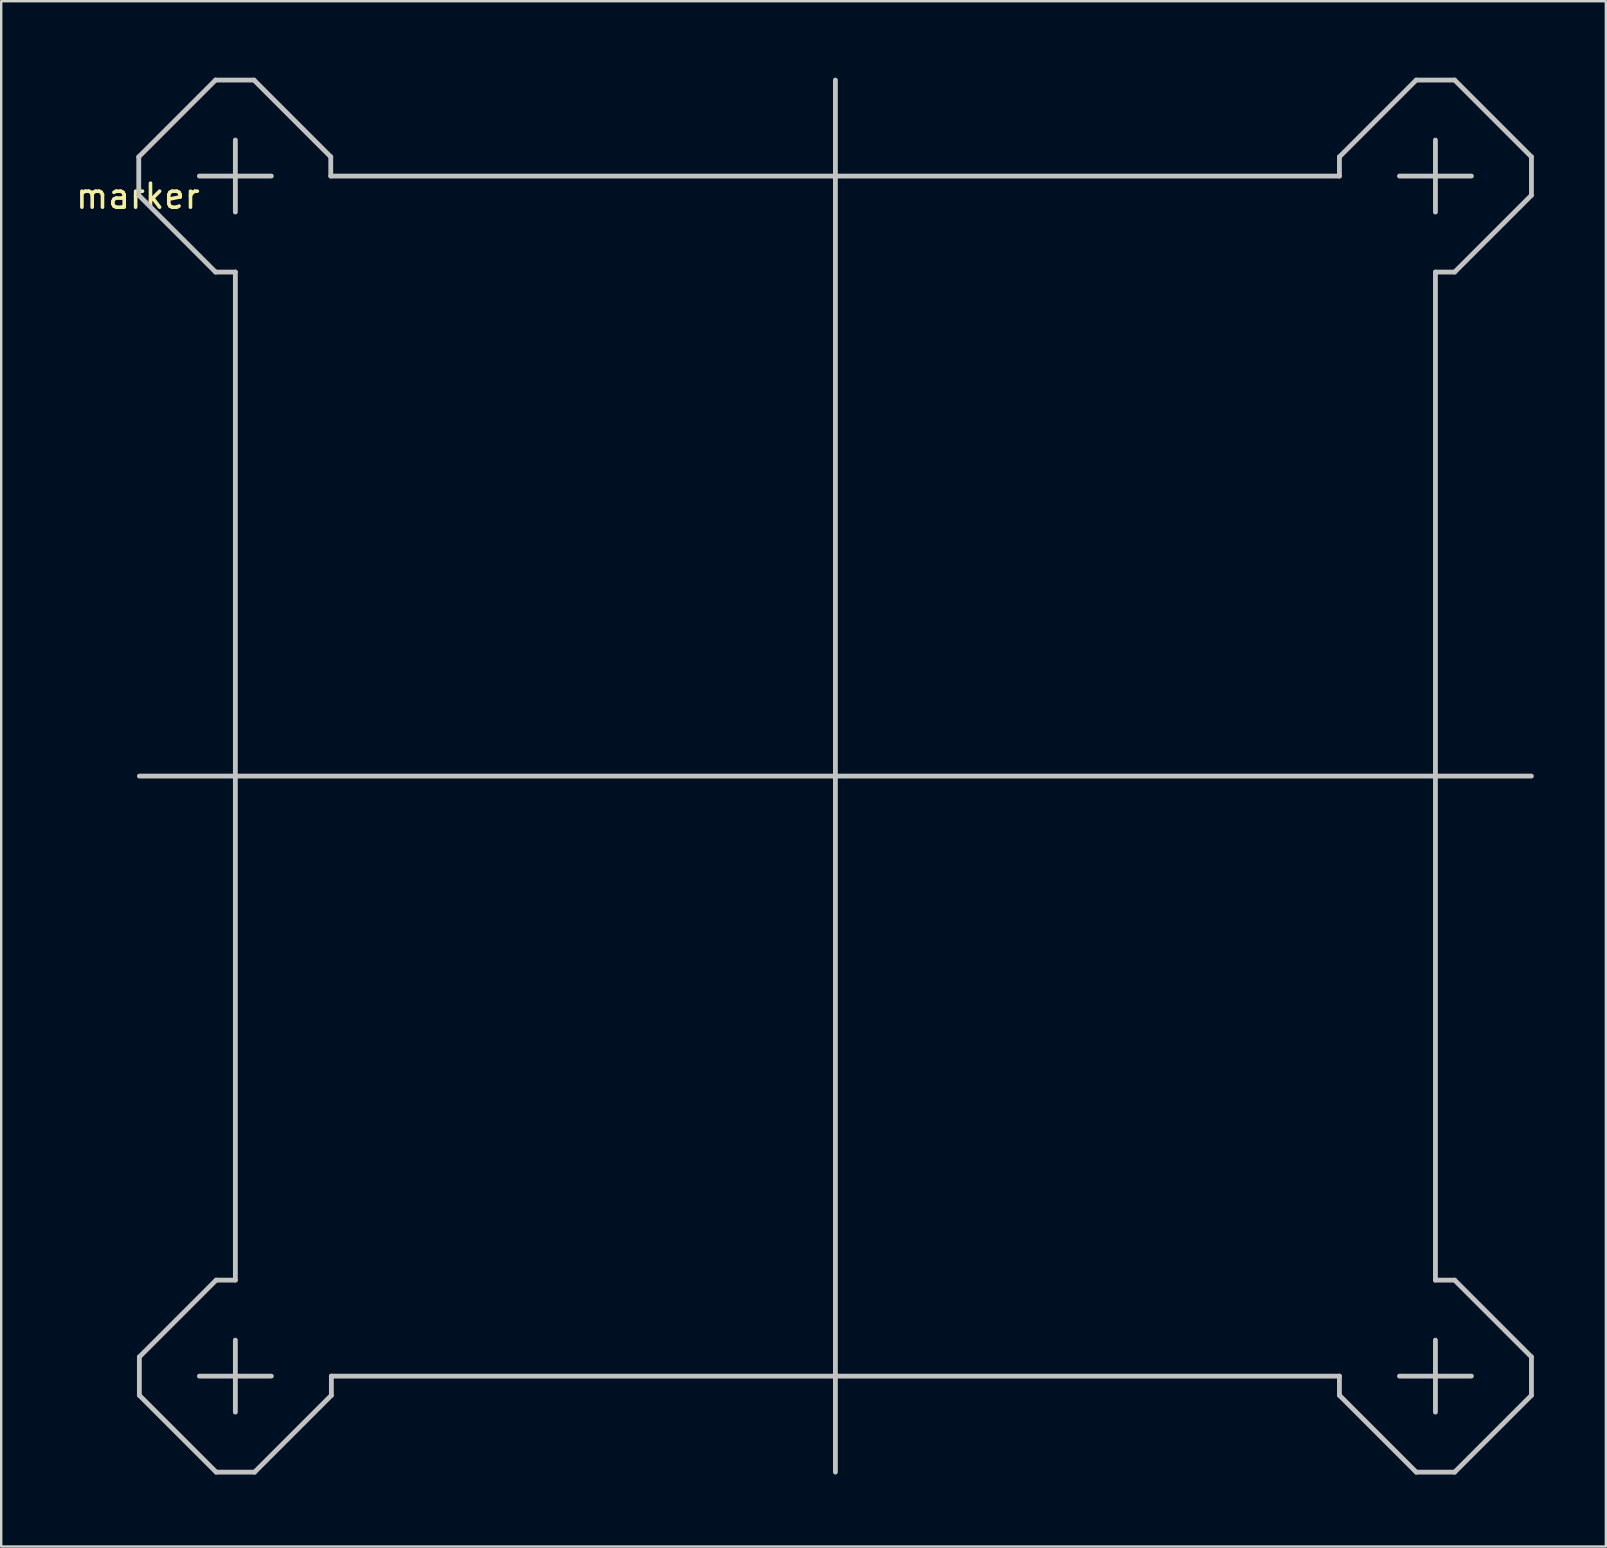
<source format=kicad_pcb>
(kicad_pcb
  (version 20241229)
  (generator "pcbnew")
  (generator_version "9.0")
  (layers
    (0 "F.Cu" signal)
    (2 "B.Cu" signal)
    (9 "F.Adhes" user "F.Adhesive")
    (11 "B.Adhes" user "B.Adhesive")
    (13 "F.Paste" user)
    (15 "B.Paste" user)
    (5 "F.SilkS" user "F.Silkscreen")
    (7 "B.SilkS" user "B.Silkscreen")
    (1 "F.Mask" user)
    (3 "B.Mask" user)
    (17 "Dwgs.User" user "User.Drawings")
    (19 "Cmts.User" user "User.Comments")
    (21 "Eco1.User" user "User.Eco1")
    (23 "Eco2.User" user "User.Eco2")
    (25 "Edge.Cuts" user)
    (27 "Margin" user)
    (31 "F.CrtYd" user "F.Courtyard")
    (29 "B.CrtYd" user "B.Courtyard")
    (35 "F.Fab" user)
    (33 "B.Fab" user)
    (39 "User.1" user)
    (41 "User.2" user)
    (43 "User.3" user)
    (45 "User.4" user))
  (footprint "marker"
    (layer "F.Cu")
    (at 2.696 0.25)
    (property "Reference" "marker" (at 0 4.877 0) (layer "F.SilkS") (effects (font (size 1 1) (thickness 0.15))))
    (attr through_hole)
    (fp_line (start 0.035 3.235) (end 0.035 4.835) (stroke (width 0.2) (type solid)) (layer "Dwgs.User"))
    (fp_line (start 0.035 4.835) (end 3.235 8.035) (stroke (width 0.2) (type solid)) (layer "Dwgs.User"))
    (fp_line (start 0.06 29.035) (end 58.06 29.035) (stroke (width 0.2) (type solid)) (layer "Dwgs.User"))
    (fp_line (start 0.06 53.235) (end 0.06 54.835) (stroke (width 0.2) (type solid)) (layer "Dwgs.User"))
    (fp_line (start 0.06 54.835) (end 3.26 58.035) (stroke (width 0.2) (type solid)) (layer "Dwgs.User"))
    (fp_line (start 2.56 4.035) (end 5.56 4.035) (stroke (width 0.2) (type solid)) (layer "Dwgs.User"))
    (fp_line (start 2.56 54.035) (end 5.56 54.035) (stroke (width 0.2) (type solid)) (layer "Dwgs.User"))
    (fp_line (start 3.235 0.035) (end 0.035 3.235) (stroke (width 0.2) (type solid)) (layer "Dwgs.User"))
    (fp_line (start 3.235 8.035) (end 4.06 8.035) (stroke (width 0.2) (type solid)) (layer "Dwgs.User"))
    (fp_line (start 3.26 50.035) (end 0.06 53.235) (stroke (width 0.2) (type solid)) (layer "Dwgs.User"))
    (fp_line (start 3.26 58.035) (end 4.86 58.035) (stroke (width 0.2) (type solid)) (layer "Dwgs.User"))
    (fp_line (start 4.06 2.535) (end 4.06 5.535) (stroke (width 0.2) (type solid)) (layer "Dwgs.User"))
    (fp_line (start 4.06 52.535) (end 4.06 55.535) (stroke (width 0.2) (type solid)) (layer "Dwgs.User"))
    (fp_line (start 4.06 8.035) (end 4.06 50.035) (stroke (width 0.2) (type solid)) (layer "Dwgs.User"))
    (fp_line (start 4.06 50.035) (end 3.26 50.035) (stroke (width 0.2) (type solid)) (layer "Dwgs.User"))
    (fp_line (start 4.835 0.035) (end 3.235 0.035) (stroke (width 0.2) (type solid)) (layer "Dwgs.User"))
    (fp_line (start 4.86 58.035) (end 8.06 54.835) (stroke (width 0.2) (type solid)) (layer "Dwgs.User"))
    (fp_line (start 8.035 3.235) (end 4.835 0.035) (stroke (width 0.2) (type solid)) (layer "Dwgs.User"))
    (fp_line (start 8.035 4.035) (end 8.035 3.235) (stroke (width 0.2) (type solid)) (layer "Dwgs.User"))
    (fp_line (start 8.06 54.035) (end 50.06 54.035) (stroke (width 0.2) (type solid)) (layer "Dwgs.User"))
    (fp_line (start 8.06 54.835) (end 8.06 54.035) (stroke (width 0.2) (type solid)) (layer "Dwgs.User"))
    (fp_line (start 29.06 0.035) (end 29.06 58.035) (stroke (width 0.2) (type solid)) (layer "Dwgs.User"))
    (fp_line (start 50.06 3.235) (end 50.06 4.035) (stroke (width 0.2) (type solid)) (layer "Dwgs.User"))
    (fp_line (start 50.06 4.035) (end 8.035 4.035) (stroke (width 0.2) (type solid)) (layer "Dwgs.User"))
    (fp_line (start 50.06 54.035) (end 50.06 54.835) (stroke (width 0.2) (type solid)) (layer "Dwgs.User"))
    (fp_line (start 50.06 54.835) (end 53.26 58.035) (stroke (width 0.2) (type solid)) (layer "Dwgs.User"))
    (fp_line (start 52.56 4.035) (end 55.56 4.035) (stroke (width 0.2) (type solid)) (layer "Dwgs.User"))
    (fp_line (start 52.56 54.035) (end 55.56 54.035) (stroke (width 0.2) (type solid)) (layer "Dwgs.User"))
    (fp_line (start 53.26 0.035) (end 50.06 3.235) (stroke (width 0.2) (type solid)) (layer "Dwgs.User"))
    (fp_line (start 53.26 58.035) (end 54.86 58.035) (stroke (width 0.2) (type solid)) (layer "Dwgs.User"))
    (fp_line (start 54.06 2.535) (end 54.06 5.535) (stroke (width 0.2) (type solid)) (layer "Dwgs.User"))
    (fp_line (start 54.06 52.535) (end 54.06 55.535) (stroke (width 0.2) (type solid)) (layer "Dwgs.User"))
    (fp_line (start 54.06 8.035) (end 54.86 8.035) (stroke (width 0.2) (type solid)) (layer "Dwgs.User"))
    (fp_line (start 54.06 50.035) (end 54.06 8.035) (stroke (width 0.2) (type solid)) (layer "Dwgs.User"))
    (fp_line (start 54.86 0.035) (end 53.26 0.035) (stroke (width 0.2) (type solid)) (layer "Dwgs.User"))
    (fp_line (start 54.86 8.035) (end 58.06 4.835) (stroke (width 0.2) (type solid)) (layer "Dwgs.User"))
    (fp_line (start 54.86 50.035) (end 54.06 50.035) (stroke (width 0.2) (type solid)) (layer "Dwgs.User"))
    (fp_line (start 54.86 58.035) (end 58.06 54.835) (stroke (width 0.2) (type solid)) (layer "Dwgs.User"))
    (fp_line (start 58.06 3.235) (end 54.86 0.035) (stroke (width 0.2) (type solid)) (layer "Dwgs.User"))
    (fp_line (start 58.06 4.835) (end 58.06 3.235) (stroke (width 0.2) (type solid)) (layer "Dwgs.User"))
    (fp_line (start 58.06 53.235) (end 54.86 50.035) (stroke (width 0.2) (type solid)) (layer "Dwgs.User"))
    (fp_line (start 58.06 54.835) (end 58.06 53.235) (stroke (width 0.2) (type solid)) (layer "Dwgs.User")))
  (gr_rect
    (start -3 -3)
    (end 63.857 61.385)
    (stroke (width 0.1) (type default))
    (fill no)
    (layer "Edge.Cuts")))
</source>
